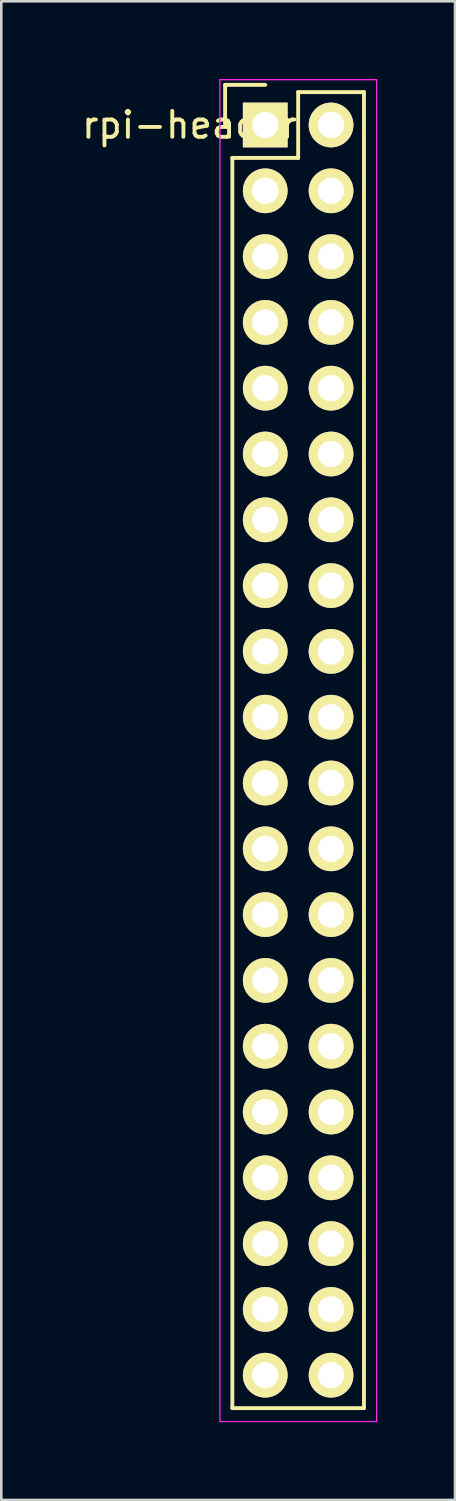
<source format=kicad_pcb>
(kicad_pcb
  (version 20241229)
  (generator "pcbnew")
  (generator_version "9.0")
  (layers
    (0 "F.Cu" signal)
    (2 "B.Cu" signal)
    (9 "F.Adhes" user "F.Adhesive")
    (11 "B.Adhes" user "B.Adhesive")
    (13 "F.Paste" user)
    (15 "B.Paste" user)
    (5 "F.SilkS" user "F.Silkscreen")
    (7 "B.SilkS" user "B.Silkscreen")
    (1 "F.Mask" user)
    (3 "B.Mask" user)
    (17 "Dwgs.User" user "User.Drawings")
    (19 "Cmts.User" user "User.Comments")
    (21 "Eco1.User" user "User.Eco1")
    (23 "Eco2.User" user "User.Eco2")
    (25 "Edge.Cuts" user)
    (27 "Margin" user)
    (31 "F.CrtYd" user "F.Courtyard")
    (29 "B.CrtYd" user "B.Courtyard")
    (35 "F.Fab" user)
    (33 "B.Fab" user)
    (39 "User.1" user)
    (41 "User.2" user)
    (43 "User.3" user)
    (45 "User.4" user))
  (footprint "rpi-header"
    (layer "F.Cu")
    (at 8.459 25.905)
    (property "Reference" "rpi-header" (at -4.191 -24.13 180) (layer "F.SilkS") (effects (font (size 1 1) (thickness 0.15))))
    (attr through_hole)
    (fp_line (start -2.82 -25.68) (end -2.82 -24.13) (stroke (width 0.15) (type solid)) (layer "F.SilkS"))
    (fp_line (start -2.54 -22.86) (end -2.54 25.4) (stroke (width 0.15) (type solid)) (layer "F.SilkS"))
    (fp_line (start -1.27 -25.68) (end -2.82 -25.68) (stroke (width 0.15) (type solid)) (layer "F.SilkS"))
    (fp_line (start 0 -25.4) (end 0 -22.86) (stroke (width 0.15) (type solid)) (layer "F.SilkS"))
    (fp_line (start 0 -22.86) (end -2.54 -22.86) (stroke (width 0.15) (type solid)) (layer "F.SilkS"))
    (fp_line (start 2.54 -25.4) (end 0 -25.4) (stroke (width 0.15) (type solid)) (layer "F.SilkS"))
    (fp_line (start 2.54 25.4) (end -2.54 25.4) (stroke (width 0.15) (type solid)) (layer "F.SilkS"))
    (fp_line (start 2.54 25.4) (end 2.54 -25.4) (stroke (width 0.15) (type solid)) (layer "F.SilkS"))
    (fp_line (start -3.02 -25.88) (end -3.02 25.92) (stroke (width 0.05) (type solid)) (layer "F.CrtYd"))
    (fp_line (start -3.02 -25.88) (end 3.03 -25.88) (stroke (width 0.05) (type solid)) (layer "F.CrtYd"))
    (fp_line (start -3.02 25.92) (end 3.03 25.92) (stroke (width 0.05) (type solid)) (layer "F.CrtYd"))
    (fp_line (start 3.03 -25.88) (end 3.03 25.92) (stroke (width 0.05) (type solid)) (layer "F.CrtYd"))
    (pad "1" thru_hole rect (at -1.27 -24.13) (size 1.727 1.727) (drill 1.016) (layers "*.Cu" "*.Mask" "F.SilkS"))
    (pad "2" thru_hole oval (at 1.27 -24.13) (size 1.727 1.727) (drill 1.016) (layers "*.Cu" "*.Mask" "F.SilkS"))
    (pad "3" thru_hole oval (at -1.27 -21.59) (size 1.727 1.727) (drill 1.016) (layers "*.Cu" "*.Mask" "F.SilkS"))
    (pad "4" thru_hole oval (at 1.27 -21.59) (size 1.727 1.727) (drill 1.016) (layers "*.Cu" "*.Mask" "F.SilkS"))
    (pad "5" thru_hole oval (at -1.27 -19.05) (size 1.727 1.727) (drill 1.016) (layers "*.Cu" "*.Mask" "F.SilkS"))
    (pad "6" thru_hole oval (at 1.27 -19.05) (size 1.727 1.727) (drill 1.016) (layers "*.Cu" "*.Mask" "F.SilkS"))
    (pad "7" thru_hole oval (at -1.27 -16.51) (size 1.727 1.727) (drill 1.016) (layers "*.Cu" "*.Mask" "F.SilkS"))
    (pad "8" thru_hole oval (at 1.27 -16.51) (size 1.727 1.727) (drill 1.016) (layers "*.Cu" "*.Mask" "F.SilkS"))
    (pad "9" thru_hole oval (at -1.27 -13.97) (size 1.727 1.727) (drill 1.016) (layers "*.Cu" "*.Mask" "F.SilkS"))
    (pad "10" thru_hole oval (at 1.27 -13.97) (size 1.727 1.727) (drill 1.016) (layers "*.Cu" "*.Mask" "F.SilkS"))
    (pad "11" thru_hole oval (at -1.27 -11.43) (size 1.727 1.727) (drill 1.016) (layers "*.Cu" "*.Mask" "F.SilkS"))
    (pad "12" thru_hole oval (at 1.27 -11.43) (size 1.727 1.727) (drill 1.016) (layers "*.Cu" "*.Mask" "F.SilkS"))
    (pad "13" thru_hole oval (at -1.27 -8.89) (size 1.727 1.727) (drill 1.016) (layers "*.Cu" "*.Mask" "F.SilkS"))
    (pad "14" thru_hole oval (at 1.27 -8.89) (size 1.727 1.727) (drill 1.016) (layers "*.Cu" "*.Mask" "F.SilkS"))
    (pad "15" thru_hole oval (at -1.27 -6.35) (size 1.727 1.727) (drill 1.016) (layers "*.Cu" "*.Mask" "F.SilkS"))
    (pad "16" thru_hole oval (at 1.27 -6.35) (size 1.727 1.727) (drill 1.016) (layers "*.Cu" "*.Mask" "F.SilkS"))
    (pad "17" thru_hole oval (at -1.27 -3.81) (size 1.727 1.727) (drill 1.016) (layers "*.Cu" "*.Mask" "F.SilkS"))
    (pad "18" thru_hole oval (at 1.27 -3.81) (size 1.727 1.727) (drill 1.016) (layers "*.Cu" "*.Mask" "F.SilkS"))
    (pad "19" thru_hole oval (at -1.27 -1.27) (size 1.727 1.727) (drill 1.016) (layers "*.Cu" "*.Mask" "F.SilkS"))
    (pad "20" thru_hole oval (at 1.27 -1.27) (size 1.727 1.727) (drill 1.016) (layers "*.Cu" "*.Mask" "F.SilkS"))
    (pad "21" thru_hole oval (at -1.27 1.27) (size 1.727 1.727) (drill 1.016) (layers "*.Cu" "*.Mask" "F.SilkS"))
    (pad "22" thru_hole oval (at 1.27 1.27) (size 1.727 1.727) (drill 1.016) (layers "*.Cu" "*.Mask" "F.SilkS"))
    (pad "23" thru_hole oval (at -1.27 3.81) (size 1.727 1.727) (drill 1.016) (layers "*.Cu" "*.Mask" "F.SilkS"))
    (pad "24" thru_hole oval (at 1.27 3.81) (size 1.727 1.727) (drill 1.016) (layers "*.Cu" "*.Mask" "F.SilkS"))
    (pad "25" thru_hole oval (at -1.27 6.35) (size 1.727 1.727) (drill 1.016) (layers "*.Cu" "*.Mask" "F.SilkS"))
    (pad "26" thru_hole oval (at 1.27 6.35) (size 1.727 1.727) (drill 1.016) (layers "*.Cu" "*.Mask" "F.SilkS"))
    (pad "27" thru_hole oval (at -1.27 8.89) (size 1.727 1.727) (drill 1.016) (layers "*.Cu" "*.Mask" "F.SilkS"))
    (pad "28" thru_hole oval (at 1.27 8.89) (size 1.727 1.727) (drill 1.016) (layers "*.Cu" "*.Mask" "F.SilkS"))
    (pad "29" thru_hole oval (at -1.27 11.43) (size 1.727 1.727) (drill 1.016) (layers "*.Cu" "*.Mask" "F.SilkS"))
    (pad "30" thru_hole oval (at 1.27 11.43) (size 1.727 1.727) (drill 1.016) (layers "*.Cu" "*.Mask" "F.SilkS"))
    (pad "31" thru_hole oval (at -1.27 13.97) (size 1.727 1.727) (drill 1.016) (layers "*.Cu" "*.Mask" "F.SilkS"))
    (pad "32" thru_hole oval (at 1.27 13.97) (size 1.727 1.727) (drill 1.016) (layers "*.Cu" "*.Mask" "F.SilkS"))
    (pad "33" thru_hole oval (at -1.27 16.51) (size 1.727 1.727) (drill 1.016) (layers "*.Cu" "*.Mask" "F.SilkS"))
    (pad "34" thru_hole oval (at 1.27 16.51) (size 1.727 1.727) (drill 1.016) (layers "*.Cu" "*.Mask" "F.SilkS"))
    (pad "35" thru_hole oval (at -1.27 19.05) (size 1.727 1.727) (drill 1.016) (layers "*.Cu" "*.Mask" "F.SilkS"))
    (pad "36" thru_hole oval (at 1.27 19.05) (size 1.727 1.727) (drill 1.016) (layers "*.Cu" "*.Mask" "F.SilkS"))
    (pad "37" thru_hole oval (at -1.27 21.59) (size 1.727 1.727) (drill 1.016) (layers "*.Cu" "*.Mask" "F.SilkS"))
    (pad "38" thru_hole oval (at 1.27 21.59) (size 1.727 1.727) (drill 1.016) (layers "*.Cu" "*.Mask" "F.SilkS"))
    (pad "39" thru_hole oval (at -1.27 24.13) (size 1.727 1.727) (drill 1.016) (layers "*.Cu" "*.Mask" "F.SilkS"))
    (pad "40" thru_hole oval (at 1.27 24.13) (size 1.727 1.727) (drill 1.016) (layers "*.Cu" "*.Mask" "F.SilkS")))
  (gr_rect
    (start -3 -3)
    (end 14.514 54.85)
    (stroke (width 0.1) (type default))
    (fill no)
    (layer "Edge.Cuts")))
</source>
